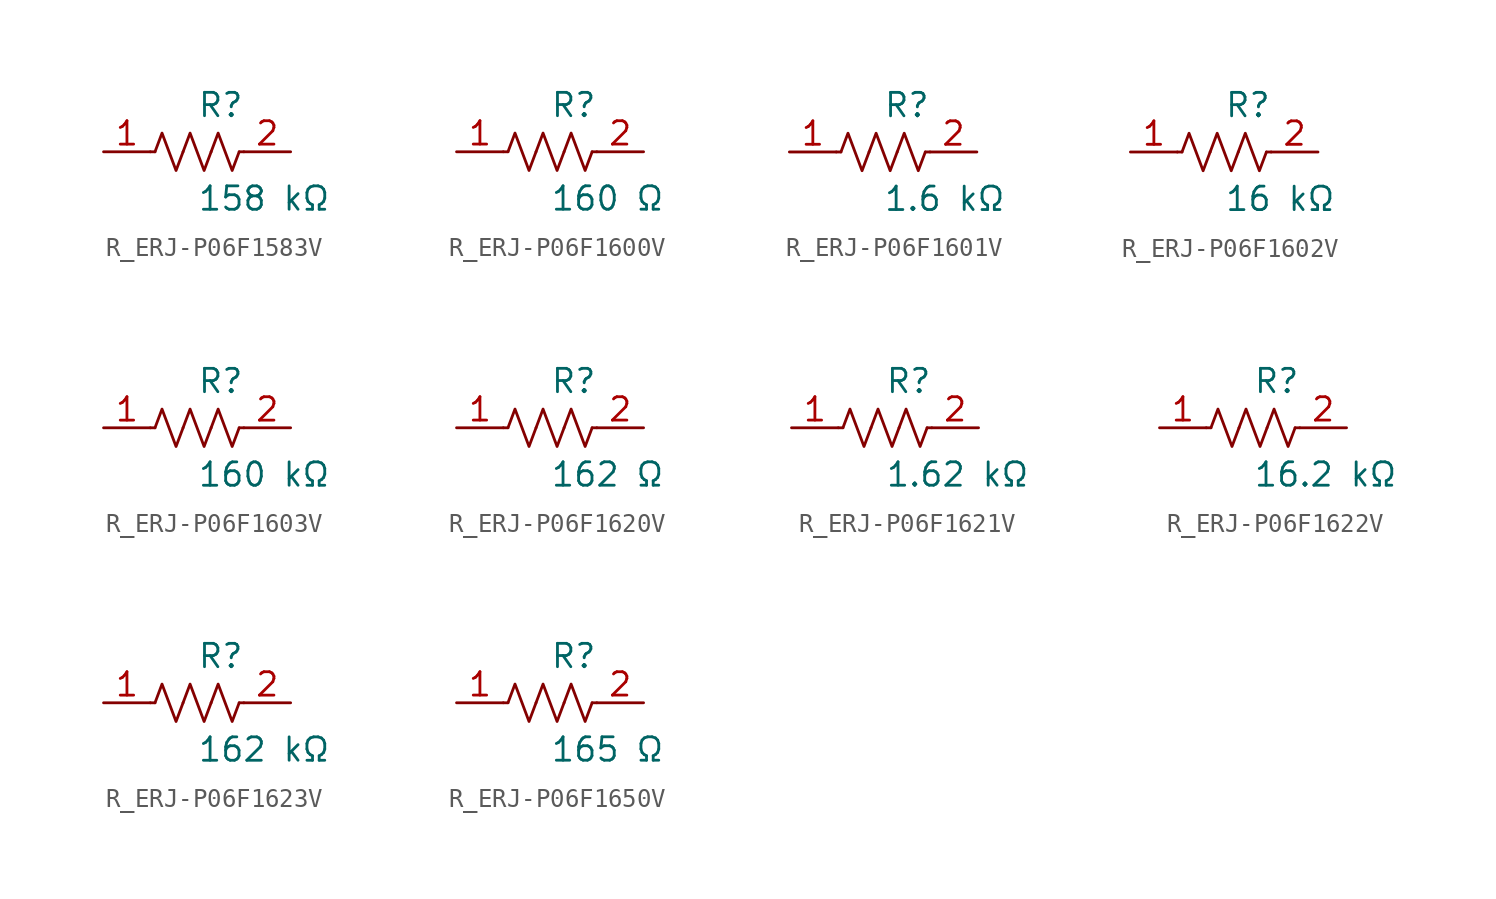
<source format=kicad_sym>
(kicad_symbol_lib
  (version 20231120)
  (generator kicad_symbol_editor)
  (generator_version 8.0)
  (symbol "R_ERJ-P06F1583V"
    (pin_names
      (offset 0.254))
    (property "Reference" "R"
      (at 0.0 2.54 0)
      (effects (font (size 1.27 1.27)) (justify left)))
    (property "Value" "158 kΩ"
      (at 0.0 -2.54 0)
      (effects (font (size 1.27 1.27)) (justify left)))
    (symbol "R_ERJ-P06F1583V_0_1"
      (polyline (pts (xy 2.286 0) (xy 2.54 0)) (stroke (width 0) (type default)) (fill (type none)))
      (polyline (pts (xy -2.286 0) (xy -2.54 0)) (stroke (width 0) (type default)) (fill (type none)))
      (polyline (pts (xy 0.762 0) (xy 1.143 1.016) (xy 1.524 0) (xy 1.905 -1.016) (xy 2.286 0)) (stroke (width 0) (type default)) (fill (type none)))
      (polyline (pts (xy -0.762 0) (xy -0.381 1.016) (xy 0 0) (xy 0.381 -1.016) (xy 0.762 0)) (stroke (width 0) (type default)) (fill (type none)))
      (polyline (pts (xy -2.286 0) (xy -1.905 1.016) (xy -1.524 0) (xy -1.143 -1.016) (xy -0.762 0)) (stroke (width 0) (type default)) (fill (type none))))
    (pin unspecified line
      (at -5.08 0 0)
      (length 2.54)
      (name "" (effects (font (size 1.27 1.27))))
      (number "1" (effects (font (size 1.27 1.27)))))
    (pin unspecified line
      (at 5.08 0 180)
      (length 2.54)
      (name "" (effects (font (size 1.27 1.27))))
      (number "2" (effects (font (size 1.27 1.27))))))
  (symbol "R_ERJ-P06F1600V"
    (pin_names
      (offset 0.254))
    (property "Reference" "R"
      (at 0.0 2.54 0)
      (effects (font (size 1.27 1.27)) (justify left)))
    (property "Value" "160 Ω"
      (at 0.0 -2.54 0)
      (effects (font (size 1.27 1.27)) (justify left)))
    (symbol "R_ERJ-P06F1600V_0_1"
      (polyline (pts (xy 2.286 0) (xy 2.54 0)) (stroke (width 0) (type default)) (fill (type none)))
      (polyline (pts (xy -2.286 0) (xy -2.54 0)) (stroke (width 0) (type default)) (fill (type none)))
      (polyline (pts (xy 0.762 0) (xy 1.143 1.016) (xy 1.524 0) (xy 1.905 -1.016) (xy 2.286 0)) (stroke (width 0) (type default)) (fill (type none)))
      (polyline (pts (xy -0.762 0) (xy -0.381 1.016) (xy 0 0) (xy 0.381 -1.016) (xy 0.762 0)) (stroke (width 0) (type default)) (fill (type none)))
      (polyline (pts (xy -2.286 0) (xy -1.905 1.016) (xy -1.524 0) (xy -1.143 -1.016) (xy -0.762 0)) (stroke (width 0) (type default)) (fill (type none))))
    (pin unspecified line
      (at -5.08 0 0)
      (length 2.54)
      (name "" (effects (font (size 1.27 1.27))))
      (number "1" (effects (font (size 1.27 1.27)))))
    (pin unspecified line
      (at 5.08 0 180)
      (length 2.54)
      (name "" (effects (font (size 1.27 1.27))))
      (number "2" (effects (font (size 1.27 1.27))))))
  (symbol "R_ERJ-P06F1601V"
    (pin_names
      (offset 0.254))
    (property "Reference" "R"
      (at 0.0 2.54 0)
      (effects (font (size 1.27 1.27)) (justify left)))
    (property "Value" "1.6 kΩ"
      (at 0.0 -2.54 0)
      (effects (font (size 1.27 1.27)) (justify left)))
    (symbol "R_ERJ-P06F1601V_0_1"
      (polyline (pts (xy 2.286 0) (xy 2.54 0)) (stroke (width 0) (type default)) (fill (type none)))
      (polyline (pts (xy -2.286 0) (xy -2.54 0)) (stroke (width 0) (type default)) (fill (type none)))
      (polyline (pts (xy 0.762 0) (xy 1.143 1.016) (xy 1.524 0) (xy 1.905 -1.016) (xy 2.286 0)) (stroke (width 0) (type default)) (fill (type none)))
      (polyline (pts (xy -0.762 0) (xy -0.381 1.016) (xy 0 0) (xy 0.381 -1.016) (xy 0.762 0)) (stroke (width 0) (type default)) (fill (type none)))
      (polyline (pts (xy -2.286 0) (xy -1.905 1.016) (xy -1.524 0) (xy -1.143 -1.016) (xy -0.762 0)) (stroke (width 0) (type default)) (fill (type none))))
    (pin unspecified line
      (at -5.08 0 0)
      (length 2.54)
      (name "" (effects (font (size 1.27 1.27))))
      (number "1" (effects (font (size 1.27 1.27)))))
    (pin unspecified line
      (at 5.08 0 180)
      (length 2.54)
      (name "" (effects (font (size 1.27 1.27))))
      (number "2" (effects (font (size 1.27 1.27))))))
  (symbol "R_ERJ-P06F1602V"
    (pin_names
      (offset 0.254))
    (property "Reference" "R"
      (at 0.0 2.54 0)
      (effects (font (size 1.27 1.27)) (justify left)))
    (property "Value" "16 kΩ"
      (at 0.0 -2.54 0)
      (effects (font (size 1.27 1.27)) (justify left)))
    (symbol "R_ERJ-P06F1602V_0_1"
      (polyline (pts (xy 2.286 0) (xy 2.54 0)) (stroke (width 0) (type default)) (fill (type none)))
      (polyline (pts (xy -2.286 0) (xy -2.54 0)) (stroke (width 0) (type default)) (fill (type none)))
      (polyline (pts (xy 0.762 0) (xy 1.143 1.016) (xy 1.524 0) (xy 1.905 -1.016) (xy 2.286 0)) (stroke (width 0) (type default)) (fill (type none)))
      (polyline (pts (xy -0.762 0) (xy -0.381 1.016) (xy 0 0) (xy 0.381 -1.016) (xy 0.762 0)) (stroke (width 0) (type default)) (fill (type none)))
      (polyline (pts (xy -2.286 0) (xy -1.905 1.016) (xy -1.524 0) (xy -1.143 -1.016) (xy -0.762 0)) (stroke (width 0) (type default)) (fill (type none))))
    (pin unspecified line
      (at -5.08 0 0)
      (length 2.54)
      (name "" (effects (font (size 1.27 1.27))))
      (number "1" (effects (font (size 1.27 1.27)))))
    (pin unspecified line
      (at 5.08 0 180)
      (length 2.54)
      (name "" (effects (font (size 1.27 1.27))))
      (number "2" (effects (font (size 1.27 1.27))))))
  (symbol "R_ERJ-P06F1603V"
    (pin_names
      (offset 0.254))
    (property "Reference" "R"
      (at 0.0 2.54 0)
      (effects (font (size 1.27 1.27)) (justify left)))
    (property "Value" "160 kΩ"
      (at 0.0 -2.54 0)
      (effects (font (size 1.27 1.27)) (justify left)))
    (symbol "R_ERJ-P06F1603V_0_1"
      (polyline (pts (xy 2.286 0) (xy 2.54 0)) (stroke (width 0) (type default)) (fill (type none)))
      (polyline (pts (xy -2.286 0) (xy -2.54 0)) (stroke (width 0) (type default)) (fill (type none)))
      (polyline (pts (xy 0.762 0) (xy 1.143 1.016) (xy 1.524 0) (xy 1.905 -1.016) (xy 2.286 0)) (stroke (width 0) (type default)) (fill (type none)))
      (polyline (pts (xy -0.762 0) (xy -0.381 1.016) (xy 0 0) (xy 0.381 -1.016) (xy 0.762 0)) (stroke (width 0) (type default)) (fill (type none)))
      (polyline (pts (xy -2.286 0) (xy -1.905 1.016) (xy -1.524 0) (xy -1.143 -1.016) (xy -0.762 0)) (stroke (width 0) (type default)) (fill (type none))))
    (pin unspecified line
      (at -5.08 0 0)
      (length 2.54)
      (name "" (effects (font (size 1.27 1.27))))
      (number "1" (effects (font (size 1.27 1.27)))))
    (pin unspecified line
      (at 5.08 0 180)
      (length 2.54)
      (name "" (effects (font (size 1.27 1.27))))
      (number "2" (effects (font (size 1.27 1.27))))))
  (symbol "R_ERJ-P06F1620V"
    (pin_names
      (offset 0.254))
    (property "Reference" "R"
      (at 0.0 2.54 0)
      (effects (font (size 1.27 1.27)) (justify left)))
    (property "Value" "162 Ω"
      (at 0.0 -2.54 0)
      (effects (font (size 1.27 1.27)) (justify left)))
    (symbol "R_ERJ-P06F1620V_0_1"
      (polyline (pts (xy 2.286 0) (xy 2.54 0)) (stroke (width 0) (type default)) (fill (type none)))
      (polyline (pts (xy -2.286 0) (xy -2.54 0)) (stroke (width 0) (type default)) (fill (type none)))
      (polyline (pts (xy 0.762 0) (xy 1.143 1.016) (xy 1.524 0) (xy 1.905 -1.016) (xy 2.286 0)) (stroke (width 0) (type default)) (fill (type none)))
      (polyline (pts (xy -0.762 0) (xy -0.381 1.016) (xy 0 0) (xy 0.381 -1.016) (xy 0.762 0)) (stroke (width 0) (type default)) (fill (type none)))
      (polyline (pts (xy -2.286 0) (xy -1.905 1.016) (xy -1.524 0) (xy -1.143 -1.016) (xy -0.762 0)) (stroke (width 0) (type default)) (fill (type none))))
    (pin unspecified line
      (at -5.08 0 0)
      (length 2.54)
      (name "" (effects (font (size 1.27 1.27))))
      (number "1" (effects (font (size 1.27 1.27)))))
    (pin unspecified line
      (at 5.08 0 180)
      (length 2.54)
      (name "" (effects (font (size 1.27 1.27))))
      (number "2" (effects (font (size 1.27 1.27))))))
  (symbol "R_ERJ-P06F1621V"
    (pin_names
      (offset 0.254))
    (property "Reference" "R"
      (at 0.0 2.54 0)
      (effects (font (size 1.27 1.27)) (justify left)))
    (property "Value" "1.62 kΩ"
      (at 0.0 -2.54 0)
      (effects (font (size 1.27 1.27)) (justify left)))
    (symbol "R_ERJ-P06F1621V_0_1"
      (polyline (pts (xy 2.286 0) (xy 2.54 0)) (stroke (width 0) (type default)) (fill (type none)))
      (polyline (pts (xy -2.286 0) (xy -2.54 0)) (stroke (width 0) (type default)) (fill (type none)))
      (polyline (pts (xy 0.762 0) (xy 1.143 1.016) (xy 1.524 0) (xy 1.905 -1.016) (xy 2.286 0)) (stroke (width 0) (type default)) (fill (type none)))
      (polyline (pts (xy -0.762 0) (xy -0.381 1.016) (xy 0 0) (xy 0.381 -1.016) (xy 0.762 0)) (stroke (width 0) (type default)) (fill (type none)))
      (polyline (pts (xy -2.286 0) (xy -1.905 1.016) (xy -1.524 0) (xy -1.143 -1.016) (xy -0.762 0)) (stroke (width 0) (type default)) (fill (type none))))
    (pin unspecified line
      (at -5.08 0 0)
      (length 2.54)
      (name "" (effects (font (size 1.27 1.27))))
      (number "1" (effects (font (size 1.27 1.27)))))
    (pin unspecified line
      (at 5.08 0 180)
      (length 2.54)
      (name "" (effects (font (size 1.27 1.27))))
      (number "2" (effects (font (size 1.27 1.27))))))
  (symbol "R_ERJ-P06F1622V"
    (pin_names
      (offset 0.254))
    (property "Reference" "R"
      (at 0.0 2.54 0)
      (effects (font (size 1.27 1.27)) (justify left)))
    (property "Value" "16.2 kΩ"
      (at 0.0 -2.54 0)
      (effects (font (size 1.27 1.27)) (justify left)))
    (symbol "R_ERJ-P06F1622V_0_1"
      (polyline (pts (xy 2.286 0) (xy 2.54 0)) (stroke (width 0) (type default)) (fill (type none)))
      (polyline (pts (xy -2.286 0) (xy -2.54 0)) (stroke (width 0) (type default)) (fill (type none)))
      (polyline (pts (xy 0.762 0) (xy 1.143 1.016) (xy 1.524 0) (xy 1.905 -1.016) (xy 2.286 0)) (stroke (width 0) (type default)) (fill (type none)))
      (polyline (pts (xy -0.762 0) (xy -0.381 1.016) (xy 0 0) (xy 0.381 -1.016) (xy 0.762 0)) (stroke (width 0) (type default)) (fill (type none)))
      (polyline (pts (xy -2.286 0) (xy -1.905 1.016) (xy -1.524 0) (xy -1.143 -1.016) (xy -0.762 0)) (stroke (width 0) (type default)) (fill (type none))))
    (pin unspecified line
      (at -5.08 0 0)
      (length 2.54)
      (name "" (effects (font (size 1.27 1.27))))
      (number "1" (effects (font (size 1.27 1.27)))))
    (pin unspecified line
      (at 5.08 0 180)
      (length 2.54)
      (name "" (effects (font (size 1.27 1.27))))
      (number "2" (effects (font (size 1.27 1.27))))))
  (symbol "R_ERJ-P06F1623V"
    (pin_names
      (offset 0.254))
    (property "Reference" "R"
      (at 0.0 2.54 0)
      (effects (font (size 1.27 1.27)) (justify left)))
    (property "Value" "162 kΩ"
      (at 0.0 -2.54 0)
      (effects (font (size 1.27 1.27)) (justify left)))
    (symbol "R_ERJ-P06F1623V_0_1"
      (polyline (pts (xy 2.286 0) (xy 2.54 0)) (stroke (width 0) (type default)) (fill (type none)))
      (polyline (pts (xy -2.286 0) (xy -2.54 0)) (stroke (width 0) (type default)) (fill (type none)))
      (polyline (pts (xy 0.762 0) (xy 1.143 1.016) (xy 1.524 0) (xy 1.905 -1.016) (xy 2.286 0)) (stroke (width 0) (type default)) (fill (type none)))
      (polyline (pts (xy -0.762 0) (xy -0.381 1.016) (xy 0 0) (xy 0.381 -1.016) (xy 0.762 0)) (stroke (width 0) (type default)) (fill (type none)))
      (polyline (pts (xy -2.286 0) (xy -1.905 1.016) (xy -1.524 0) (xy -1.143 -1.016) (xy -0.762 0)) (stroke (width 0) (type default)) (fill (type none))))
    (pin unspecified line
      (at -5.08 0 0)
      (length 2.54)
      (name "" (effects (font (size 1.27 1.27))))
      (number "1" (effects (font (size 1.27 1.27)))))
    (pin unspecified line
      (at 5.08 0 180)
      (length 2.54)
      (name "" (effects (font (size 1.27 1.27))))
      (number "2" (effects (font (size 1.27 1.27))))))
  (symbol "R_ERJ-P06F1650V"
    (pin_names
      (offset 0.254))
    (property "Reference" "R"
      (at 0.0 2.54 0)
      (effects (font (size 1.27 1.27)) (justify left)))
    (property "Value" "165 Ω"
      (at 0.0 -2.54 0)
      (effects (font (size 1.27 1.27)) (justify left)))
    (symbol "R_ERJ-P06F1650V_0_1"
      (polyline (pts (xy 2.286 0) (xy 2.54 0)) (stroke (width 0) (type default)) (fill (type none)))
      (polyline (pts (xy -2.286 0) (xy -2.54 0)) (stroke (width 0) (type default)) (fill (type none)))
      (polyline (pts (xy 0.762 0) (xy 1.143 1.016) (xy 1.524 0) (xy 1.905 -1.016) (xy 2.286 0)) (stroke (width 0) (type default)) (fill (type none)))
      (polyline (pts (xy -0.762 0) (xy -0.381 1.016) (xy 0 0) (xy 0.381 -1.016) (xy 0.762 0)) (stroke (width 0) (type default)) (fill (type none)))
      (polyline (pts (xy -2.286 0) (xy -1.905 1.016) (xy -1.524 0) (xy -1.143 -1.016) (xy -0.762 0)) (stroke (width 0) (type default)) (fill (type none))))
    (pin unspecified line
      (at -5.08 0 0)
      (length 2.54)
      (name "" (effects (font (size 1.27 1.27))))
      (number "1" (effects (font (size 1.27 1.27)))))
    (pin unspecified line
      (at 5.08 0 180)
      (length 2.54)
      (name "" (effects (font (size 1.27 1.27))))
      (number "2" (effects (font (size 1.27 1.27)))))))
</source>
